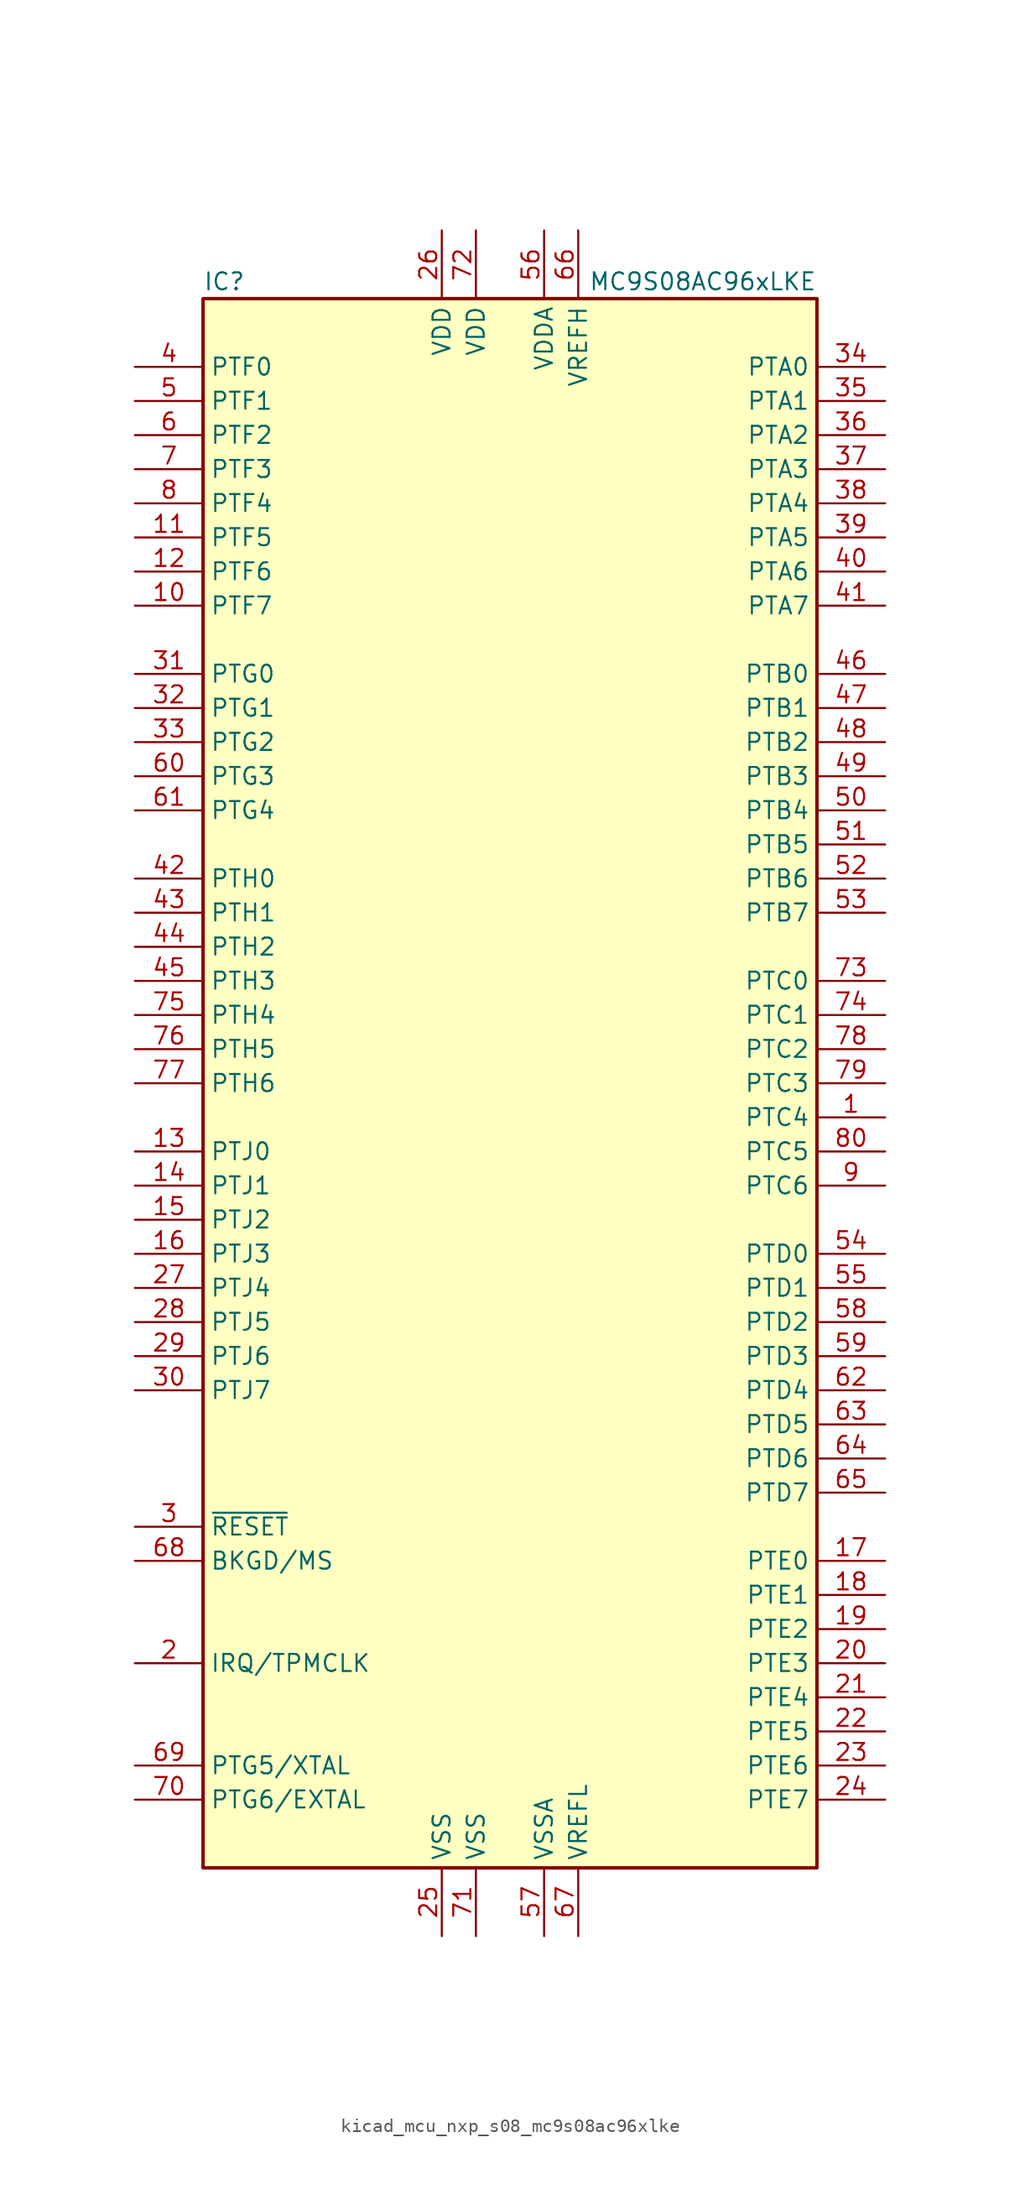
<source format=kicad_sym>
(kicad_symbol_lib
  (version 20220914)
  (generator kicad_symbol_editor)
  (symbol "kicad_mcu_nxp_s08_mc9s08ac96xlke"
    (property "Reference" "IC"
      (at -22.86 59.69 0)
      (effects (font (size 1.27 1.27)) (justify left)))
    (property "Value" "MC9S08AC96xLKE"
      (at 22.86 59.69 0)
      (effects (font (size 1.27 1.27)) (justify right)))
    (symbol "kicad_mcu_nxp_s08_mc9s08ac96xlke_0_1"
      (rectangle (start -22.86 58.42) (end 22.86 -58.42) (stroke (width 0.254) (type default)) (fill (type background))))
    (symbol "kicad_mcu_nxp_s08_mc9s08ac96xlke_1_1"
      (pin bidirectional line (at 27.94 -2.54 180) (length 5.08) (name "PTC4" (effects (font (size 1.27 1.27)))) (number "1" (effects (font (size 1.27 1.27)))))
      (pin bidirectional line (at -27.94 35.56 0) (length 5.08) (name "PTF7" (effects (font (size 1.27 1.27)))) (number "10" (effects (font (size 1.27 1.27)))))
      (pin bidirectional line (at -27.94 40.64 0) (length 5.08) (name "PTF5" (effects (font (size 1.27 1.27)))) (number "11" (effects (font (size 1.27 1.27)))))
      (pin bidirectional line (at -27.94 38.1 0) (length 5.08) (name "PTF6" (effects (font (size 1.27 1.27)))) (number "12" (effects (font (size 1.27 1.27)))))
      (pin bidirectional line (at -27.94 -5.08 0) (length 5.08) (name "PTJ0" (effects (font (size 1.27 1.27)))) (number "13" (effects (font (size 1.27 1.27)))))
      (pin bidirectional line (at -27.94 -7.62 0) (length 5.08) (name "PTJ1" (effects (font (size 1.27 1.27)))) (number "14" (effects (font (size 1.27 1.27)))))
      (pin bidirectional line (at -27.94 -10.16 0) (length 5.08) (name "PTJ2" (effects (font (size 1.27 1.27)))) (number "15" (effects (font (size 1.27 1.27)))))
      (pin bidirectional line (at -27.94 -12.7 0) (length 5.08) (name "PTJ3" (effects (font (size 1.27 1.27)))) (number "16" (effects (font (size 1.27 1.27)))))
      (pin bidirectional line (at 27.94 -35.56 180) (length 5.08) (name "PTE0" (effects (font (size 1.27 1.27)))) (number "17" (effects (font (size 1.27 1.27)))))
      (pin bidirectional line (at 27.94 -38.1 180) (length 5.08) (name "PTE1" (effects (font (size 1.27 1.27)))) (number "18" (effects (font (size 1.27 1.27)))))
      (pin bidirectional line (at 27.94 -40.64 180) (length 5.08) (name "PTE2" (effects (font (size 1.27 1.27)))) (number "19" (effects (font (size 1.27 1.27)))))
      (pin input line (at -27.94 -43.18 0) (length 5.08) (name "IRQ/TPMCLK" (effects (font (size 1.27 1.27)))) (number "2" (effects (font (size 1.27 1.27)))))
      (pin bidirectional line (at 27.94 -43.18 180) (length 5.08) (name "PTE3" (effects (font (size 1.27 1.27)))) (number "20" (effects (font (size 1.27 1.27)))))
      (pin bidirectional line (at 27.94 -45.72 180) (length 5.08) (name "PTE4" (effects (font (size 1.27 1.27)))) (number "21" (effects (font (size 1.27 1.27)))))
      (pin bidirectional line (at 27.94 -48.26 180) (length 5.08) (name "PTE5" (effects (font (size 1.27 1.27)))) (number "22" (effects (font (size 1.27 1.27)))))
      (pin bidirectional line (at 27.94 -50.8 180) (length 5.08) (name "PTE6" (effects (font (size 1.27 1.27)))) (number "23" (effects (font (size 1.27 1.27)))))
      (pin bidirectional line (at 27.94 -53.34 180) (length 5.08) (name "PTE7" (effects (font (size 1.27 1.27)))) (number "24" (effects (font (size 1.27 1.27)))))
      (pin power_in line (at -5.08 -63.5 90) (length 5.08) (name "VSS" (effects (font (size 1.27 1.27)))) (number "25" (effects (font (size 1.27 1.27)))))
      (pin power_in line (at -5.08 63.5 270) (length 5.08) (name "VDD" (effects (font (size 1.27 1.27)))) (number "26" (effects (font (size 1.27 1.27)))))
      (pin bidirectional line (at -27.94 -15.24 0) (length 5.08) (name "PTJ4" (effects (font (size 1.27 1.27)))) (number "27" (effects (font (size 1.27 1.27)))))
      (pin bidirectional line (at -27.94 -17.78 0) (length 5.08) (name "PTJ5" (effects (font (size 1.27 1.27)))) (number "28" (effects (font (size 1.27 1.27)))))
      (pin bidirectional line (at -27.94 -20.32 0) (length 5.08) (name "PTJ6" (effects (font (size 1.27 1.27)))) (number "29" (effects (font (size 1.27 1.27)))))
      (pin input line (at -27.94 -33.02 0) (length 5.08) (name "~{RESET}" (effects (font (size 1.27 1.27)))) (number "3" (effects (font (size 1.27 1.27)))))
      (pin bidirectional line (at -27.94 -22.86 0) (length 5.08) (name "PTJ7" (effects (font (size 1.27 1.27)))) (number "30" (effects (font (size 1.27 1.27)))))
      (pin bidirectional line (at -27.94 30.48 0) (length 5.08) (name "PTG0" (effects (font (size 1.27 1.27)))) (number "31" (effects (font (size 1.27 1.27)))))
      (pin bidirectional line (at -27.94 27.94 0) (length 5.08) (name "PTG1" (effects (font (size 1.27 1.27)))) (number "32" (effects (font (size 1.27 1.27)))))
      (pin bidirectional line (at -27.94 25.4 0) (length 5.08) (name "PTG2" (effects (font (size 1.27 1.27)))) (number "33" (effects (font (size 1.27 1.27)))))
      (pin bidirectional line (at 27.94 53.34 180) (length 5.08) (name "PTA0" (effects (font (size 1.27 1.27)))) (number "34" (effects (font (size 1.27 1.27)))))
      (pin bidirectional line (at 27.94 50.8 180) (length 5.08) (name "PTA1" (effects (font (size 1.27 1.27)))) (number "35" (effects (font (size 1.27 1.27)))))
      (pin bidirectional line (at 27.94 48.26 180) (length 5.08) (name "PTA2" (effects (font (size 1.27 1.27)))) (number "36" (effects (font (size 1.27 1.27)))))
      (pin bidirectional line (at 27.94 45.72 180) (length 5.08) (name "PTA3" (effects (font (size 1.27 1.27)))) (number "37" (effects (font (size 1.27 1.27)))))
      (pin bidirectional line (at 27.94 43.18 180) (length 5.08) (name "PTA4" (effects (font (size 1.27 1.27)))) (number "38" (effects (font (size 1.27 1.27)))))
      (pin bidirectional line (at 27.94 40.64 180) (length 5.08) (name "PTA5" (effects (font (size 1.27 1.27)))) (number "39" (effects (font (size 1.27 1.27)))))
      (pin bidirectional line (at -27.94 53.34 0) (length 5.08) (name "PTF0" (effects (font (size 1.27 1.27)))) (number "4" (effects (font (size 1.27 1.27)))))
      (pin bidirectional line (at 27.94 38.1 180) (length 5.08) (name "PTA6" (effects (font (size 1.27 1.27)))) (number "40" (effects (font (size 1.27 1.27)))))
      (pin bidirectional line (at 27.94 35.56 180) (length 5.08) (name "PTA7" (effects (font (size 1.27 1.27)))) (number "41" (effects (font (size 1.27 1.27)))))
      (pin bidirectional line (at -27.94 15.24 0) (length 5.08) (name "PTH0" (effects (font (size 1.27 1.27)))) (number "42" (effects (font (size 1.27 1.27)))))
      (pin bidirectional line (at -27.94 12.7 0) (length 5.08) (name "PTH1" (effects (font (size 1.27 1.27)))) (number "43" (effects (font (size 1.27 1.27)))))
      (pin bidirectional line (at -27.94 10.16 0) (length 5.08) (name "PTH2" (effects (font (size 1.27 1.27)))) (number "44" (effects (font (size 1.27 1.27)))))
      (pin bidirectional line (at -27.94 7.62 0) (length 5.08) (name "PTH3" (effects (font (size 1.27 1.27)))) (number "45" (effects (font (size 1.27 1.27)))))
      (pin bidirectional line (at 27.94 30.48 180) (length 5.08) (name "PTB0" (effects (font (size 1.27 1.27)))) (number "46" (effects (font (size 1.27 1.27)))))
      (pin bidirectional line (at 27.94 27.94 180) (length 5.08) (name "PTB1" (effects (font (size 1.27 1.27)))) (number "47" (effects (font (size 1.27 1.27)))))
      (pin bidirectional line (at 27.94 25.4 180) (length 5.08) (name "PTB2" (effects (font (size 1.27 1.27)))) (number "48" (effects (font (size 1.27 1.27)))))
      (pin bidirectional line (at 27.94 22.86 180) (length 5.08) (name "PTB3" (effects (font (size 1.27 1.27)))) (number "49" (effects (font (size 1.27 1.27)))))
      (pin bidirectional line (at -27.94 50.8 0) (length 5.08) (name "PTF1" (effects (font (size 1.27 1.27)))) (number "5" (effects (font (size 1.27 1.27)))))
      (pin bidirectional line (at 27.94 20.32 180) (length 5.08) (name "PTB4" (effects (font (size 1.27 1.27)))) (number "50" (effects (font (size 1.27 1.27)))))
      (pin bidirectional line (at 27.94 17.78 180) (length 5.08) (name "PTB5" (effects (font (size 1.27 1.27)))) (number "51" (effects (font (size 1.27 1.27)))))
      (pin bidirectional line (at 27.94 15.24 180) (length 5.08) (name "PTB6" (effects (font (size 1.27 1.27)))) (number "52" (effects (font (size 1.27 1.27)))))
      (pin bidirectional line (at 27.94 12.7 180) (length 5.08) (name "PTB7" (effects (font (size 1.27 1.27)))) (number "53" (effects (font (size 1.27 1.27)))))
      (pin bidirectional line (at 27.94 -12.7 180) (length 5.08) (name "PTD0" (effects (font (size 1.27 1.27)))) (number "54" (effects (font (size 1.27 1.27)))))
      (pin bidirectional line (at 27.94 -15.24 180) (length 5.08) (name "PTD1" (effects (font (size 1.27 1.27)))) (number "55" (effects (font (size 1.27 1.27)))))
      (pin power_in line (at 2.54 63.5 270) (length 5.08) (name "VDDA" (effects (font (size 1.27 1.27)))) (number "56" (effects (font (size 1.27 1.27)))))
      (pin power_in line (at 2.54 -63.5 90) (length 5.08) (name "VSSA" (effects (font (size 1.27 1.27)))) (number "57" (effects (font (size 1.27 1.27)))))
      (pin bidirectional line (at 27.94 -17.78 180) (length 5.08) (name "PTD2" (effects (font (size 1.27 1.27)))) (number "58" (effects (font (size 1.27 1.27)))))
      (pin bidirectional line (at 27.94 -20.32 180) (length 5.08) (name "PTD3" (effects (font (size 1.27 1.27)))) (number "59" (effects (font (size 1.27 1.27)))))
      (pin bidirectional line (at -27.94 48.26 0) (length 5.08) (name "PTF2" (effects (font (size 1.27 1.27)))) (number "6" (effects (font (size 1.27 1.27)))))
      (pin bidirectional line (at -27.94 22.86 0) (length 5.08) (name "PTG3" (effects (font (size 1.27 1.27)))) (number "60" (effects (font (size 1.27 1.27)))))
      (pin bidirectional line (at -27.94 20.32 0) (length 5.08) (name "PTG4" (effects (font (size 1.27 1.27)))) (number "61" (effects (font (size 1.27 1.27)))))
      (pin bidirectional line (at 27.94 -22.86 180) (length 5.08) (name "PTD4" (effects (font (size 1.27 1.27)))) (number "62" (effects (font (size 1.27 1.27)))))
      (pin bidirectional line (at 27.94 -25.4 180) (length 5.08) (name "PTD5" (effects (font (size 1.27 1.27)))) (number "63" (effects (font (size 1.27 1.27)))))
      (pin bidirectional line (at 27.94 -27.94 180) (length 5.08) (name "PTD6" (effects (font (size 1.27 1.27)))) (number "64" (effects (font (size 1.27 1.27)))))
      (pin bidirectional line (at 27.94 -30.48 180) (length 5.08) (name "PTD7" (effects (font (size 1.27 1.27)))) (number "65" (effects (font (size 1.27 1.27)))))
      (pin power_in line (at 5.08 63.5 270) (length 5.08) (name "VREFH" (effects (font (size 1.27 1.27)))) (number "66" (effects (font (size 1.27 1.27)))))
      (pin power_in line (at 5.08 -63.5 90) (length 5.08) (name "VREFL" (effects (font (size 1.27 1.27)))) (number "67" (effects (font (size 1.27 1.27)))))
      (pin bidirectional line (at -27.94 -35.56 0) (length 5.08) (name "BKGD/MS" (effects (font (size 1.27 1.27)))) (number "68" (effects (font (size 1.27 1.27)))))
      (pin bidirectional line (at -27.94 -50.8 0) (length 5.08) (name "PTG5/XTAL" (effects (font (size 1.27 1.27)))) (number "69" (effects (font (size 1.27 1.27)))))
      (pin bidirectional line (at -27.94 45.72 0) (length 5.08) (name "PTF3" (effects (font (size 1.27 1.27)))) (number "7" (effects (font (size 1.27 1.27)))))
      (pin bidirectional line (at -27.94 -53.34 0) (length 5.08) (name "PTG6/EXTAL" (effects (font (size 1.27 1.27)))) (number "70" (effects (font (size 1.27 1.27)))))
      (pin power_in line (at -2.54 -63.5 90) (length 5.08) (name "VSS" (effects (font (size 1.27 1.27)))) (number "71" (effects (font (size 1.27 1.27)))))
      (pin power_in line (at -2.54 63.5 270) (length 5.08) (name "VDD" (effects (font (size 1.27 1.27)))) (number "72" (effects (font (size 1.27 1.27)))))
      (pin bidirectional line (at 27.94 7.62 180) (length 5.08) (name "PTC0" (effects (font (size 1.27 1.27)))) (number "73" (effects (font (size 1.27 1.27)))))
      (pin bidirectional line (at 27.94 5.08 180) (length 5.08) (name "PTC1" (effects (font (size 1.27 1.27)))) (number "74" (effects (font (size 1.27 1.27)))))
      (pin bidirectional line (at -27.94 5.08 0) (length 5.08) (name "PTH4" (effects (font (size 1.27 1.27)))) (number "75" (effects (font (size 1.27 1.27)))))
      (pin bidirectional line (at -27.94 2.54 0) (length 5.08) (name "PTH5" (effects (font (size 1.27 1.27)))) (number "76" (effects (font (size 1.27 1.27)))))
      (pin bidirectional line (at -27.94 0 0) (length 5.08) (name "PTH6" (effects (font (size 1.27 1.27)))) (number "77" (effects (font (size 1.27 1.27)))))
      (pin bidirectional line (at 27.94 2.54 180) (length 5.08) (name "PTC2" (effects (font (size 1.27 1.27)))) (number "78" (effects (font (size 1.27 1.27)))))
      (pin bidirectional line (at 27.94 0 180) (length 5.08) (name "PTC3" (effects (font (size 1.27 1.27)))) (number "79" (effects (font (size 1.27 1.27)))))
      (pin bidirectional line (at -27.94 43.18 0) (length 5.08) (name "PTF4" (effects (font (size 1.27 1.27)))) (number "8" (effects (font (size 1.27 1.27)))))
      (pin bidirectional line (at 27.94 -5.08 180) (length 5.08) (name "PTC5" (effects (font (size 1.27 1.27)))) (number "80" (effects (font (size 1.27 1.27)))))
      (pin bidirectional line (at 27.94 -7.62 180) (length 5.08) (name "PTC6" (effects (font (size 1.27 1.27)))) (number "9" (effects (font (size 1.27 1.27))))))))
</source>
